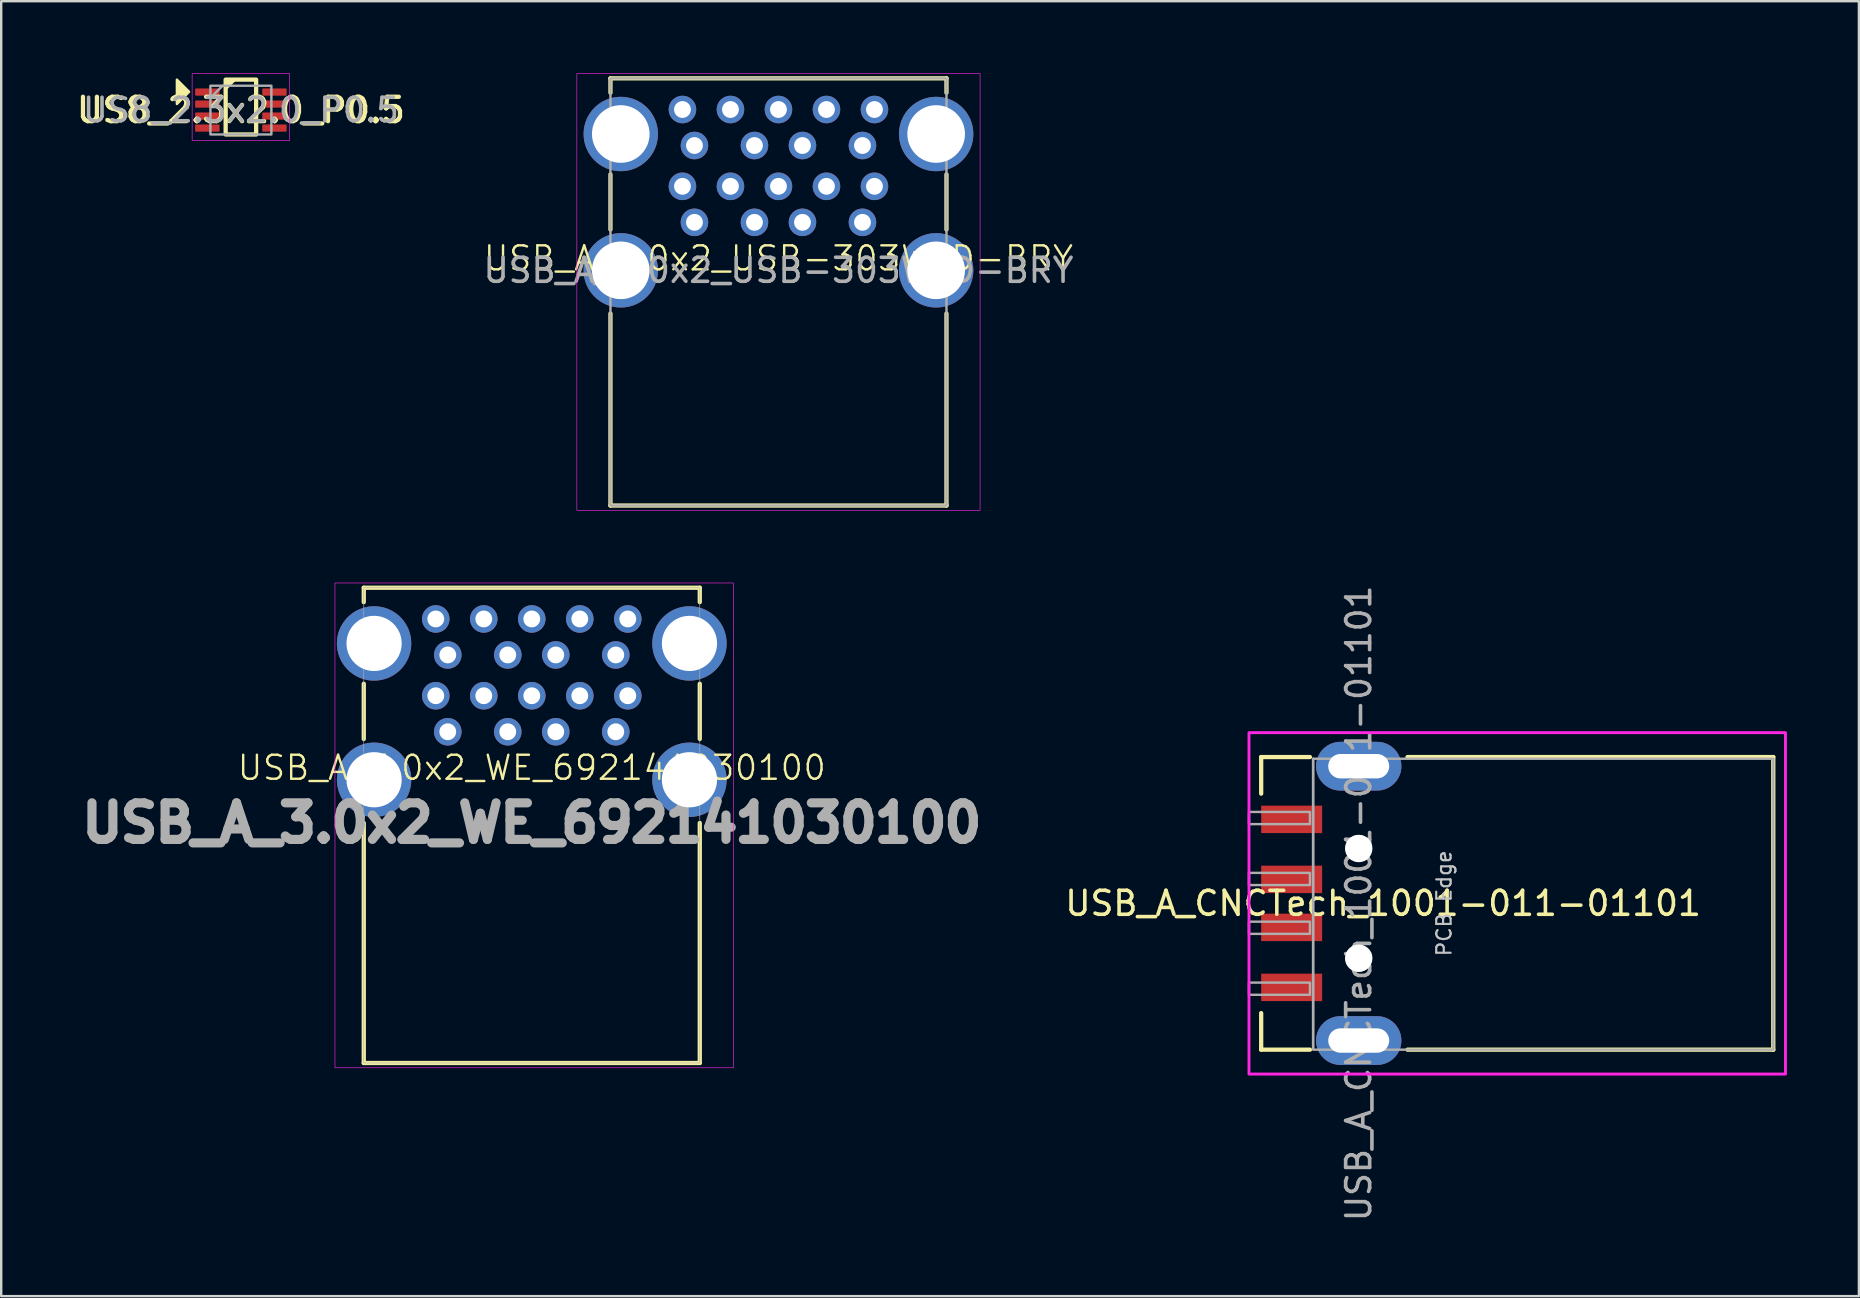
<source format=kicad_pcb>
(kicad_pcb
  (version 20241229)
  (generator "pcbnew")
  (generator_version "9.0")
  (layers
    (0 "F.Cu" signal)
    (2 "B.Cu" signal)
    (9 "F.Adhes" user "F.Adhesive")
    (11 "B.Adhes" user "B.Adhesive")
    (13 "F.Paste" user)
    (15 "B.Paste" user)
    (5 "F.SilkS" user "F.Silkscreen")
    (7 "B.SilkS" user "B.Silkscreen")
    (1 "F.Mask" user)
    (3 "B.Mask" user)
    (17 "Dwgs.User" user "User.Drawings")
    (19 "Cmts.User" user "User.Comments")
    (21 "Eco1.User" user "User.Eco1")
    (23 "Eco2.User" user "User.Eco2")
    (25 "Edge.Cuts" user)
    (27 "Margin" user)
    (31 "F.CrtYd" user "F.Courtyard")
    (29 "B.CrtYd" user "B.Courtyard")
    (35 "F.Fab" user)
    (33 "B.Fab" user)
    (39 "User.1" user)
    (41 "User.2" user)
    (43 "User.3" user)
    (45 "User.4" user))
  (footprint "USB_A_3.0x2_USB-303WSD-BRY"
    (layer "F.Cu")
    (at 29.384 8.213)
    (property "Reference" "USB_A_3.0x2_USB-303WSD-BRY" (at 0 -0.5 0) (unlocked yes) (layer "F.SilkS") (effects (font (size 1 1) (thickness 0.1))))
    (attr through_hole)
    (fp_line (start -7 -8) (end -7 -7.4) (stroke (width 0.178) (type solid)) (layer "F.SilkS"))
    (fp_line (start -7 -8) (end 7 -8) (stroke (width 0.178) (type solid)) (layer "F.SilkS"))
    (fp_line (start -7 -4) (end -7 -1.7) (stroke (width 0.178) (type solid)) (layer "F.SilkS"))
    (fp_line (start -7 1.8) (end -7 9.8) (stroke (width 0.178) (type solid)) (layer "F.SilkS"))
    (fp_line (start -7 9.8) (end 7 9.8) (stroke (width 0.178) (type solid)) (layer "F.SilkS"))
    (fp_line (start 7 -8) (end 7 -7.4) (stroke (width 0.178) (type solid)) (layer "F.SilkS"))
    (fp_line (start 7 -4) (end 7 -1.7) (stroke (width 0.178) (type solid)) (layer "F.SilkS"))
    (fp_line (start 7 9.8) (end 7 1.8) (stroke (width 0.178) (type solid)) (layer "F.SilkS"))
    (fp_rect (start -8.4 -8.2) (end 8.4 10) (stroke (width 0.025) (type solid)) (fill no) (layer "F.CrtYd"))
    (fp_rect (start -7 -8) (end 7 9.8) (stroke (width 0.1) (type default)) (fill no) (layer "F.Fab"))
    (fp_text user "${REFERENCE}" (at 0 0 0) (unlocked yes) (layer "F.Fab") (effects (font (size 1 1) (thickness 0.15))))
    (pad "1" thru_hole circle (at -3.5 -2) (size 1.15 1.15) (drill 0.7) (layers "*.Cu" "*.Mask"))
    (pad "2" thru_hole circle (at -1 -2) (size 1.15 1.15) (drill 0.7) (layers "*.Cu" "*.Mask"))
    (pad "3" thru_hole circle (at 1 -2) (size 1.15 1.15) (drill 0.7) (layers "*.Cu" "*.Mask"))
    (pad "4" thru_hole circle (at 3.5 -2) (size 1.15 1.15) (drill 0.7) (layers "*.Cu" "*.Mask"))
    (pad "5" thru_hole circle (at 4 -3.5) (size 1.15 1.15) (drill 0.7) (layers "*.Cu" "*.Mask"))
    (pad "6" thru_hole circle (at 2 -3.5) (size 1.15 1.15) (drill 0.7) (layers "*.Cu" "*.Mask"))
    (pad "7" thru_hole circle (at 0 -3.5) (size 1.15 1.15) (drill 0.7) (layers "*.Cu" "*.Mask"))
    (pad "8" thru_hole circle (at -2 -3.5) (size 1.15 1.15) (drill 0.7) (layers "*.Cu" "*.Mask"))
    (pad "9" thru_hole circle (at -4 -3.5) (size 1.15 1.15) (drill 0.7) (layers "*.Cu" "*.Mask"))
    (pad "10" thru_hole circle (at -3.5 -5.2) (size 1.15 1.15) (drill 0.7) (layers "*.Cu" "*.Mask"))
    (pad "11" thru_hole circle (at -1 -5.2) (size 1.15 1.15) (drill 0.7) (layers "*.Cu" "*.Mask"))
    (pad "12" thru_hole circle (at 1 -5.2) (size 1.15 1.15) (drill 0.7) (layers "*.Cu" "*.Mask"))
    (pad "13" thru_hole circle (at 3.5 -5.2) (size 1.15 1.15) (drill 0.7) (layers "*.Cu" "*.Mask"))
    (pad "14" thru_hole circle (at 4 -6.7) (size 1.15 1.15) (drill 0.7) (layers "*.Cu" "*.Mask"))
    (pad "15" thru_hole circle (at 2 -6.7) (size 1.15 1.15) (drill 0.7) (layers "*.Cu" "*.Mask"))
    (pad "16" thru_hole circle (at 0 -6.7) (size 1.15 1.15) (drill 0.7) (layers "*.Cu" "*.Mask"))
    (pad "17" thru_hole circle (at -2 -6.7) (size 1.15 1.15) (drill 0.7) (layers "*.Cu" "*.Mask"))
    (pad "18" thru_hole circle (at -4 -6.7) (size 1.15 1.15) (drill 0.7) (layers "*.Cu" "*.Mask"))
    (pad "SH" thru_hole circle (at -6.57 -5.68) (size 3.1 3.1) (drill 2.4) (layers "*.Cu" "*.Mask"))
    (pad "SH" thru_hole circle (at -6.57 0) (size 3.1 3.1) (drill 2.4) (layers "*.Cu" "*.Mask"))
    (pad "SH" thru_hole circle (at 6.57 -5.68) (size 3.1 3.1) (drill 2.4) (layers "*.Cu" "*.Mask"))
    (pad "SH" thru_hole circle (at 6.57 0) (size 3.1 3.1) (drill 2.4) (layers "*.Cu" "*.Mask")))
  (footprint "USB_A_CNCTech_1001-011-01101"
    (layer "F.Cu")
    (at 53.56 34.588)
    (property "Reference" "USB_A_CNCTech_1001-011-01101" (at 1.016 0 0) (layer "F.SilkS") (effects (font (size 1 1) (thickness 0.15))))
    (attr smd)
    (fp_line (start -4.064 -6.096) (end -2.032 -6.096) (stroke (width 0.178) (type solid)) (layer "F.SilkS"))
    (fp_line (start -4.064 -4.572) (end -4.064 -6.096) (stroke (width 0.178) (type solid)) (layer "F.SilkS"))
    (fp_line (start -4.064 4.572) (end -4.064 6.096) (stroke (width 0.178) (type solid)) (layer "F.SilkS"))
    (fp_line (start -4.064 6.096) (end -2.032 6.096) (stroke (width 0.178) (type solid)) (layer "F.SilkS"))
    (fp_line (start 2.032 -6.096) (end 17.272 -6.096) (stroke (width 0.178) (type solid)) (layer "F.SilkS"))
    (fp_line (start 2.032 6.096) (end 17.272 6.096) (stroke (width 0.178) (type solid)) (layer "F.SilkS"))
    (fp_line (start 17.272 -6.096) (end 17.272 6.096) (stroke (width 0.178) (type solid)) (layer "F.SilkS"))
    (fp_line (start 3.048 -7.112) (end 3.048 7.112) (stroke (width 0.12) (type solid)) (layer "F.Paste"))
    (fp_rect (start 17.78 -7.112) (end -4.572 7.112) (stroke (width 0.12) (type solid)) (fill no) (layer "F.CrtYd"))
    (fp_line (start -1.9 6.025) (end -1.9 -6.025) (stroke (width 0.1) (type solid)) (layer "F.Fab"))
    (fp_rect (start -4.572 -3.81) (end -2.032 -3.302) (stroke (width 0.1) (type solid)) (fill no) (layer "F.Fab"))
    (fp_rect (start -4.572 -1.27) (end -2.032 -0.762) (stroke (width 0.1) (type solid)) (fill no) (layer "F.Fab"))
    (fp_rect (start -4.572 0.762) (end -2.032 1.27) (stroke (width 0.1) (type solid)) (fill no) (layer "F.Fab"))
    (fp_rect (start -4.572 3.302) (end -2.032 3.81) (stroke (width 0.1) (type solid)) (fill no) (layer "F.Fab"))
    (fp_rect (start -1.9 -6.025) (end 17.272 6.096) (stroke (width 0.1) (type solid)) (fill no) (layer "F.Fab"))
    (fp_circle (center 0 -2.3) (end 0.5 -2.3) (stroke (width 0.1) (type solid)) (fill no) (layer "F.Fab"))
    (fp_circle (center 0 2.3) (end 0.5 2.3) (stroke (width 0.1) (type solid)) (fill no) (layer "F.Fab"))
    (fp_text user "PCB Edge" (at 3.556 0 90) (layer "Dwgs.User") (effects (font (size 0.6 0.6) (thickness 0.09))))
    (fp_text user "${REFERENCE}" (at 0 0 90) (layer "F.Fab") (effects (font (size 1 1) (thickness 0.15))))
    (pad "" np_thru_hole circle (at 0 -2.286) (size 1.143 1.143) (drill 1.143) (layers "*.Cu" "*.Mask"))
    (pad "" np_thru_hole circle (at 0 2.286) (size 1.143 1.143) (drill 1.143) (layers "*.Cu" "*.Mask"))
    (pad "1" smd rect (at -2.794 -3.5) (size 2.54 1.143) (layers "F.Cu" "F.Mask" "F.Paste"))
    (pad "2" smd rect (at -2.794 -1) (size 2.54 1.143) (layers "F.Cu" "F.Mask" "F.Paste"))
    (pad "3" smd rect (at -2.794 1) (size 2.54 1.143) (layers "F.Cu" "F.Mask" "F.Paste"))
    (pad "4" smd rect (at -2.794 3.5) (size 2.54 1.143) (layers "F.Cu" "F.Mask" "F.Paste"))
    (pad "SH" thru_hole oval (at 0 -5.715) (size 3.556 2.032) (drill oval 2.54 1.016) (layers "*.Cu" "*.Mask"))
    (pad "SH" thru_hole oval (at 0 5.715) (size 3.556 2.032) (drill oval 2.54 1.016) (layers "*.Cu" "*.Mask")))
  (footprint "USB_A_3.0x2_WE_692141030100"
    (layer "F.Cu")
    (at 19.106 29.438)
    (property "Reference" "USB_A_3.0x2_WE_692141030100" (at 0 -0.5 0) (unlocked yes) (layer "F.SilkS") (effects (font (size 1 1) (thickness 0.1))))
    (attr through_hole)
    (fp_line (start -7 -8) (end -7 -7.4) (stroke (width 0.178) (type solid)) (layer "F.SilkS"))
    (fp_line (start -7 -8) (end 7 -8) (stroke (width 0.178) (type solid)) (layer "F.SilkS"))
    (fp_line (start -7 -4) (end -7 -1.7) (stroke (width 0.178) (type solid)) (layer "F.SilkS"))
    (fp_line (start -7 1.8) (end -7 11.8) (stroke (width 0.178) (type solid)) (layer "F.SilkS"))
    (fp_line (start -7 11.8) (end 7 11.8) (stroke (width 0.178) (type solid)) (layer "F.SilkS"))
    (fp_line (start 7 -8) (end 7 -7.4) (stroke (width 0.178) (type solid)) (layer "F.SilkS"))
    (fp_line (start 7 -4) (end 7 -1.7) (stroke (width 0.178) (type solid)) (layer "F.SilkS"))
    (fp_line (start 7 11.8) (end 7 1.8) (stroke (width 0.178) (type solid)) (layer "F.SilkS"))
    (fp_rect (start -8.2 -8.2) (end 8.4 12) (stroke (width 0.025) (type solid)) (fill no) (layer "F.CrtYd"))
    (fp_rect (start -7 -8) (end 7 11.8) (stroke (width 0.025) (type solid)) (fill no) (layer "F.Fab"))
    (fp_text user "${REFERENCE}" (at 0 1.8 0) (unlocked yes) (layer "F.Fab") (effects (font (size 1.524 1.524) (thickness 0.381) (bold yes))))
    (pad "1" thru_hole circle (at -3.5 -2) (size 1.15 1.15) (drill 0.7) (layers "*.Cu" "*.Mask"))
    (pad "2" thru_hole circle (at -1 -2) (size 1.15 1.15) (drill 0.7) (layers "*.Cu" "*.Mask"))
    (pad "3" thru_hole circle (at 1 -2) (size 1.15 1.15) (drill 0.7) (layers "*.Cu" "*.Mask"))
    (pad "4" thru_hole circle (at 3.5 -2) (size 1.15 1.15) (drill 0.7) (layers "*.Cu" "*.Mask"))
    (pad "5" thru_hole circle (at 4 -3.5) (size 1.15 1.15) (drill 0.7) (layers "*.Cu" "*.Mask"))
    (pad "6" thru_hole circle (at 2 -3.5) (size 1.15 1.15) (drill 0.7) (layers "*.Cu" "*.Mask"))
    (pad "7" thru_hole circle (at 0 -3.5) (size 1.15 1.15) (drill 0.7) (layers "*.Cu" "*.Mask"))
    (pad "8" thru_hole circle (at -2 -3.5) (size 1.15 1.15) (drill 0.7) (layers "*.Cu" "*.Mask"))
    (pad "9" thru_hole circle (at -4 -3.5) (size 1.15 1.15) (drill 0.7) (layers "*.Cu" "*.Mask"))
    (pad "10" thru_hole circle (at -3.5 -5.2) (size 1.15 1.15) (drill 0.7) (layers "*.Cu" "*.Mask"))
    (pad "11" thru_hole circle (at -1 -5.2) (size 1.15 1.15) (drill 0.7) (layers "*.Cu" "*.Mask"))
    (pad "12" thru_hole circle (at 1 -5.2) (size 1.15 1.15) (drill 0.7) (layers "*.Cu" "*.Mask"))
    (pad "13" thru_hole circle (at 3.5 -5.2) (size 1.15 1.15) (drill 0.7) (layers "*.Cu" "*.Mask"))
    (pad "14" thru_hole circle (at 4 -6.7) (size 1.15 1.15) (drill 0.7) (layers "*.Cu" "*.Mask"))
    (pad "15" thru_hole circle (at 2 -6.7) (size 1.15 1.15) (drill 0.7) (layers "*.Cu" "*.Mask"))
    (pad "16" thru_hole circle (at 0 -6.7) (size 1.15 1.15) (drill 0.7) (layers "*.Cu" "*.Mask"))
    (pad "17" thru_hole circle (at -2 -6.7) (size 1.15 1.15) (drill 0.7) (layers "*.Cu" "*.Mask"))
    (pad "18" thru_hole circle (at -4 -6.7) (size 1.15 1.15) (drill 0.7) (layers "*.Cu" "*.Mask"))
    (pad "SH" thru_hole circle (at -6.57 -5.68) (size 3.1 3.1) (drill 2.3) (layers "*.Cu" "*.Mask"))
    (pad "SH" thru_hole circle (at -6.57 0) (size 3.1 3.1) (drill 2.3) (layers "*.Cu" "*.Mask"))
    (pad "SH" thru_hole circle (at 6.57 -5.68) (size 3.1 3.1) (drill 2.3) (layers "*.Cu" "*.Mask"))
    (pad "SH" thru_hole circle (at 6.57 0) (size 3.1 3.1) (drill 2.3) (layers "*.Cu" "*.Mask")))
  (footprint "US8_2.3x2.0_P0.5"
    (layer "F.Cu")
    (at 6.987 1.537)
    (property "Reference" "US8_2.3x2.0_P0.5" (at 0 0 0) (layer "F.SilkS") (effects (font (size 1.016 1.016) (thickness 0.178))))
    (attr smd)
    (fp_rect (start -0.635 -1.27) (end 0.635 1.016) (stroke (width 0.178) (type solid)) (fill no) (layer "F.SilkS"))
    (fp_poly (pts (xy -2.159 -0.762) (xy -2.667 -0.254) (xy -2.667 -1.27)) (stroke (width 0.1) (type solid)) (fill yes) (layer "F.SilkS"))
    (fp_poly (pts (xy -0.635 -0.889) (xy -0.635 -1.27) (xy -0.254 -1.27)) (stroke (width 0.12) (type solid)) (fill yes) (layer "F.SilkS"))
    (fp_rect (start -2.032 -1.524) (end 2.032 1.27) (stroke (width 0.025) (type solid)) (fill no) (layer "F.CrtYd"))
    (fp_line (start -1.27 -0.508) (end -0.762 -1.016) (stroke (width 0.1) (type solid)) (layer "F.Fab"))
    (fp_rect (start -1.27 -1.016) (end 1.27 1.016) (stroke (width 0.1) (type solid)) (fill no) (layer "F.Fab"))
    (fp_text user "${REFERENCE}" (at 0 0 0) (layer "F.Fab") (effects (font (size 0.98 0.98) (thickness 0.15))))
    (pad "1" smd roundrect (at -1.397 -0.75) (size 1.016 0.3) (layers "F.Cu" "F.Mask" "F.Paste") (roundrect_rratio 0.1))
    (pad "2" smd roundrect (at -1.397 -0.25) (size 1.016 0.3) (layers "F.Cu" "F.Mask" "F.Paste") (roundrect_rratio 0.1))
    (pad "3" smd roundrect (at -1.397 0.25) (size 1.016 0.3) (layers "F.Cu" "F.Mask" "F.Paste") (roundrect_rratio 0.1))
    (pad "4" smd roundrect (at -1.397 0.75) (size 1.016 0.3) (layers "F.Cu" "F.Mask" "F.Paste") (roundrect_rratio 0.1))
    (pad "5" smd roundrect (at 1.397 0.75) (size 1.016 0.3) (layers "F.Cu" "F.Mask" "F.Paste") (roundrect_rratio 0.1))
    (pad "6" smd roundrect (at 1.397 0.25) (size 1.016 0.3) (layers "F.Cu" "F.Mask" "F.Paste") (roundrect_rratio 0.1))
    (pad "7" smd roundrect (at 1.397 -0.25) (size 1.016 0.3) (layers "F.Cu" "F.Mask" "F.Paste") (roundrect_rratio 0.1))
    (pad "8" smd roundrect (at 1.397 -0.75) (size 1.016 0.3) (layers "F.Cu" "F.Mask" "F.Paste") (roundrect_rratio 0.1)))
  (gr_rect
    (start -3 -3)
    (end 74.4 50.952)
    (stroke (width 0.1) (type default))
    (fill no)
    (layer "Edge.Cuts")))
</source>
